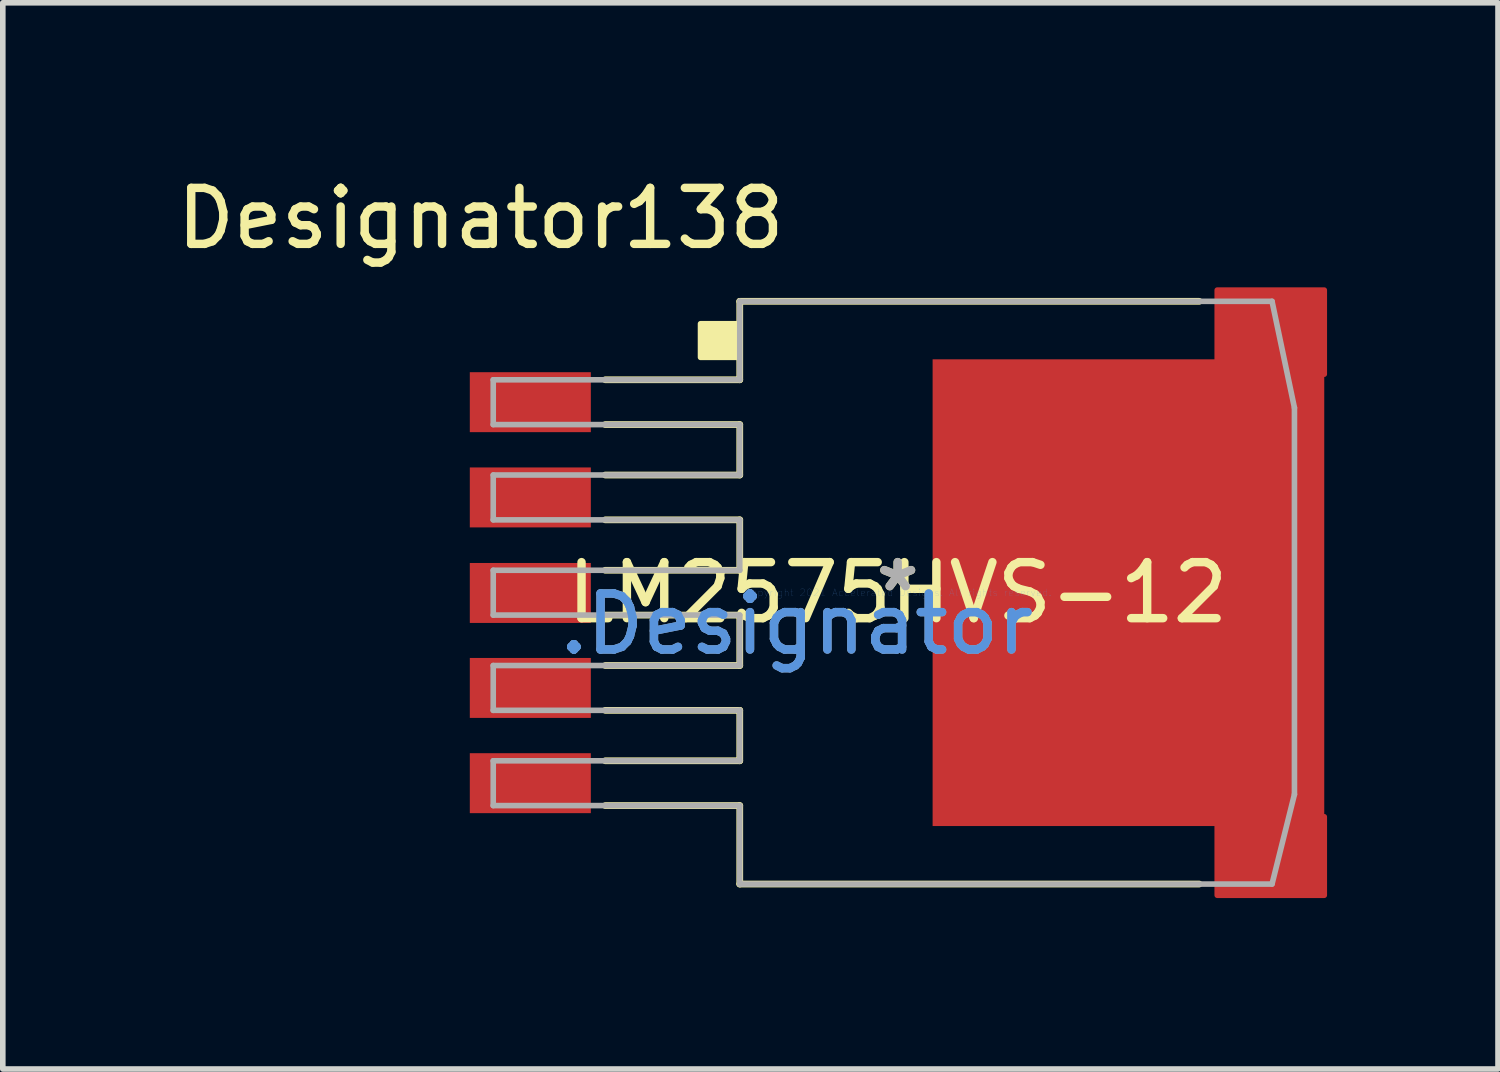
<source format=kicad_pcb>
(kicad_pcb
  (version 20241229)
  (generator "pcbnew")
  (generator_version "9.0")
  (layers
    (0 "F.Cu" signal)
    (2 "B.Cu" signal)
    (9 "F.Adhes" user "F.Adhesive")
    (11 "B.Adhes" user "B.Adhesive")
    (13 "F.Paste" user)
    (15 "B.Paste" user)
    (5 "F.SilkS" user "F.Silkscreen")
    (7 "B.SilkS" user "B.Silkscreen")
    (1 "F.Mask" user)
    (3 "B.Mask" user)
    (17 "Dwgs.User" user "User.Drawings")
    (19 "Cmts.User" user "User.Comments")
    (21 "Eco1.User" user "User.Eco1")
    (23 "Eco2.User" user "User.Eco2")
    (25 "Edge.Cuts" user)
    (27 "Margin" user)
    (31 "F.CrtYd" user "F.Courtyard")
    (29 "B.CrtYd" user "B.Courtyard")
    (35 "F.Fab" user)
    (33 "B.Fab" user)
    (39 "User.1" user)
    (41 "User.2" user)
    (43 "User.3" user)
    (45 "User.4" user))
  (footprint "LM2575HVS-12"
    (layer "F.Cu")
    (at 12.972 7.528)
    (property "Reference" "LM2575HVS-12" (at 0 0 0) (layer "F.SilkS") (effects (font (size 1 1) (thickness 0.15))))
    (attr through_hole)
    (fp_poly (pts (xy 7.613 -5.4) (xy 5.703 -5.4) (xy 5.703 -3.9) (xy 7.613 -3.9)) (stroke (width 0.1) (type solid)) (fill yes) (layer "F.Cu"))
    (fp_poly (pts (xy 7.613 4) (xy 5.703 4) (xy 5.703 5.4) (xy 7.613 5.4)) (stroke (width 0.1) (type solid)) (fill yes) (layer "F.Cu"))
    (fp_poly (pts (xy 7.664 -5.451) (xy 5.653 -5.451) (xy 5.653 -3.849) (xy 7.664 -3.849)) (stroke (width 0.1) (type solid)) (fill yes) (layer "F.Mask"))
    (fp_poly (pts (xy 7.664 3.949) (xy 5.653 3.949) (xy 5.653 5.451) (xy 7.664 5.451)) (stroke (width 0.1) (type solid)) (fill yes) (layer "F.Mask"))
    (fp_line (start -5.219 -3.8) (end -2.819 -3.8) (stroke (width 0.12) (type solid)) (layer "F.SilkS"))
    (fp_line (start -5.219 -3) (end -2.819 -3) (stroke (width 0.12) (type solid)) (layer "F.SilkS"))
    (fp_line (start -5.219 -2.1) (end -2.819 -2.1) (stroke (width 0.12) (type solid)) (layer "F.SilkS"))
    (fp_line (start -5.219 -1.3) (end -2.819 -1.3) (stroke (width 0.12) (type solid)) (layer "F.SilkS"))
    (fp_line (start -5.219 -0.4) (end -2.819 -0.4) (stroke (width 0.12) (type solid)) (layer "F.SilkS"))
    (fp_line (start -5.219 0.4) (end -2.819 0.4) (stroke (width 0.12) (type solid)) (layer "F.SilkS"))
    (fp_line (start -5.219 1.3) (end -2.819 1.3) (stroke (width 0.12) (type solid)) (layer "F.SilkS"))
    (fp_line (start -5.219 2.1) (end -2.819 2.1) (stroke (width 0.12) (type solid)) (layer "F.SilkS"))
    (fp_line (start -5.219 3) (end -2.819 3) (stroke (width 0.12) (type solid)) (layer "F.SilkS"))
    (fp_line (start -5.219 3.8) (end -2.819 3.8) (stroke (width 0.12) (type solid)) (layer "F.SilkS"))
    (fp_line (start -2.819 -5.2) (end 5.381 -5.2) (stroke (width 0.12) (type solid)) (layer "F.SilkS"))
    (fp_line (start -2.819 -3.8) (end -2.819 -5.2) (stroke (width 0.12) (type solid)) (layer "F.SilkS"))
    (fp_line (start -2.819 -2.1) (end -2.819 -3) (stroke (width 0.12) (type solid)) (layer "F.SilkS"))
    (fp_line (start -2.819 -0.4) (end -2.819 -1.3) (stroke (width 0.12) (type solid)) (layer "F.SilkS"))
    (fp_line (start -2.819 1.3) (end -2.819 0.4) (stroke (width 0.12) (type solid)) (layer "F.SilkS"))
    (fp_line (start -2.819 3) (end -2.819 2.1) (stroke (width 0.12) (type solid)) (layer "F.SilkS"))
    (fp_line (start -2.819 5.2) (end -2.819 3.8) (stroke (width 0.12) (type solid)) (layer "F.SilkS"))
    (fp_line (start -2.819 5.2) (end 5.381 5.2) (stroke (width 0.12) (type solid)) (layer "F.SilkS"))
    (fp_poly (pts (xy -2.819 -4.8) (xy -3.519 -4.8) (xy -3.519 -4.2) (xy -2.819 -4.2)) (stroke (width 0.1) (type solid)) (fill yes) (layer "F.SilkS"))
    (fp_poly (pts (xy 2.972 -3.962) (xy 0.838 -3.962) (xy 0.838 -0.203) (xy 2.972 -0.203)) (stroke (width 0.1) (type solid)) (fill yes) (layer "F.Paste"))
    (fp_poly (pts (xy 2.972 0.203) (xy 0.838 0.203) (xy 0.838 3.962) (xy 2.972 3.962)) (stroke (width 0.1) (type solid)) (fill yes) (layer "F.Paste"))
    (fp_poly (pts (xy 5.512 -3.962) (xy 3.378 -3.962) (xy 3.378 -0.203) (xy 5.512 -0.203)) (stroke (width 0.1) (type solid)) (fill yes) (layer "F.Paste"))
    (fp_poly (pts (xy 5.512 0.203) (xy 3.378 0.203) (xy 3.378 3.962) (xy 5.512 3.962)) (stroke (width 0.1) (type solid)) (fill yes) (layer "F.Paste"))
    (fp_poly (pts (xy 7.417 -5.207) (xy 5.918 -5.207) (xy 5.918 -2.921) (xy 7.417 -2.921)) (stroke (width 0.1) (type solid)) (fill yes) (layer "F.Paste"))
    (fp_poly (pts (xy 7.417 -2.515) (xy 5.918 -2.515) (xy 5.918 -0.229) (xy 7.417 -0.229)) (stroke (width 0.1) (type solid)) (fill yes) (layer "F.Paste"))
    (fp_poly (pts (xy 7.417 0.178) (xy 5.918 0.178) (xy 5.918 2.464) (xy 7.417 2.464)) (stroke (width 0.1) (type solid)) (fill yes) (layer "F.Paste"))
    (fp_poly (pts (xy 7.417 2.87) (xy 5.918 2.87) (xy 5.918 5.156) (xy 7.417 5.156)) (stroke (width 0.1) (type solid)) (fill yes) (layer "F.Paste"))
    (fp_line (start -7.219 -3.8) (end -2.819 -3.8) (stroke (width 0.1) (type solid)) (layer "F.Fab"))
    (fp_line (start -7.219 -3) (end -7.219 -3.8) (stroke (width 0.1) (type solid)) (layer "F.Fab"))
    (fp_line (start -7.219 -3) (end -2.819 -3) (stroke (width 0.1) (type solid)) (layer "F.Fab"))
    (fp_line (start -7.219 -2.1) (end -2.819 -2.1) (stroke (width 0.1) (type solid)) (layer "F.Fab"))
    (fp_line (start -7.219 -1.3) (end -7.219 -2.1) (stroke (width 0.1) (type solid)) (layer "F.Fab"))
    (fp_line (start -7.219 -1.3) (end -2.819 -1.3) (stroke (width 0.1) (type solid)) (layer "F.Fab"))
    (fp_line (start -7.219 -0.4) (end -2.819 -0.4) (stroke (width 0.1) (type solid)) (layer "F.Fab"))
    (fp_line (start -7.219 0.4) (end -7.219 -0.4) (stroke (width 0.1) (type solid)) (layer "F.Fab"))
    (fp_line (start -7.219 0.4) (end -2.819 0.4) (stroke (width 0.1) (type solid)) (layer "F.Fab"))
    (fp_line (start -7.219 1.3) (end -2.819 1.3) (stroke (width 0.1) (type solid)) (layer "F.Fab"))
    (fp_line (start -7.219 2.1) (end -7.219 1.3) (stroke (width 0.1) (type solid)) (layer "F.Fab"))
    (fp_line (start -7.219 2.1) (end -2.819 2.1) (stroke (width 0.1) (type solid)) (layer "F.Fab"))
    (fp_line (start -7.219 3) (end -2.819 3) (stroke (width 0.1) (type solid)) (layer "F.Fab"))
    (fp_line (start -7.219 3.8) (end -7.219 3) (stroke (width 0.1) (type solid)) (layer "F.Fab"))
    (fp_line (start -7.219 3.8) (end -2.819 3.8) (stroke (width 0.1) (type solid)) (layer "F.Fab"))
    (fp_line (start -2.819 -5.2) (end 6.681 -5.2) (stroke (width 0.1) (type solid)) (layer "F.Fab"))
    (fp_line (start -2.819 -3.8) (end -2.819 -5.2) (stroke (width 0.1) (type solid)) (layer "F.Fab"))
    (fp_line (start -2.819 -2.1) (end -2.819 -3) (stroke (width 0.1) (type solid)) (layer "F.Fab"))
    (fp_line (start -2.819 -0.4) (end -2.819 -1.3) (stroke (width 0.1) (type solid)) (layer "F.Fab"))
    (fp_line (start -2.819 1.3) (end -2.819 0.4) (stroke (width 0.1) (type solid)) (layer "F.Fab"))
    (fp_line (start -2.819 3) (end -2.819 2.1) (stroke (width 0.1) (type solid)) (layer "F.Fab"))
    (fp_line (start -2.819 5.2) (end -2.819 3.8) (stroke (width 0.1) (type solid)) (layer "F.Fab"))
    (fp_line (start -2.819 5.2) (end 6.681 5.2) (stroke (width 0.1) (type solid)) (layer "F.Fab"))
    (fp_line (start 6.681 -5.2) (end 7.081 -3.3) (stroke (width 0.1) (type solid)) (layer "F.Fab"))
    (fp_line (start 6.681 5.2) (end 7.081 3.6) (stroke (width 0.1) (type solid)) (layer "F.Fab"))
    (fp_line (start 7.081 3.6) (end 7.081 -3.3) (stroke (width 0.1) (type solid)) (layer "F.Fab"))
    (fp_text user "Designator138" (at -7.442 -6.68 0) (layer "F.SilkS") (effects (font (size 1 1) (thickness 0.15))))
    (fp_text user "*" (at 0 0 0) (layer "F.SilkS") (effects (font (size 1 1) (thickness 0.15))))
    (fp_text user ".Designator" (at -1.803 0.559 0) (layer "Cmts.User") (effects (font (size 1 1) (thickness 0.15))))
    (fp_text user "Copyright 2021 Accelerated Designs. All rights reserved." (at 0 0 0) (layer "Cmts.User") (effects (font (size 0.127 0.127) (thickness 0.002))))
    (fp_text user "*" (at 0 0 0) (layer "F.Fab") (effects (font (size 1 1) (thickness 0.15))))
    (fp_text user ".Designator" (at -1.803 0.559 0) (layer "F.Fab") (effects (font (size 1 1) (thickness 0.15))))
    (pad "1" smd rect (at -6.557 -3.4) (size 2.16 1.07) (layers "F.Cu" "F.Mask" "F.Paste"))
    (pad "2" smd rect (at -6.557 -1.7) (size 2.16 1.07) (layers "F.Cu" "F.Mask" "F.Paste"))
    (pad "3" smd rect (at -6.557 0.005) (size 2.16 1.07) (layers "F.Cu" "F.Mask" "F.Paste"))
    (pad "4" smd rect (at -6.557 1.7) (size 2.16 1.07) (layers "F.Cu" "F.Mask" "F.Paste"))
    (pad "5" smd rect (at -6.557 3.4) (size 2.16 1.07) (layers "F.Cu" "F.Mask" "F.Paste"))
    (pad "6" smd rect (at 4.118 0.000003) (size 6.99 8.33) (layers "F.Cu" "F.Mask")))
  (gr_rect
    (start -3 -3)
    (end 23.686 16.029)
    (stroke (width 0.1) (type default))
    (fill no)
    (layer "Edge.Cuts")))
</source>
